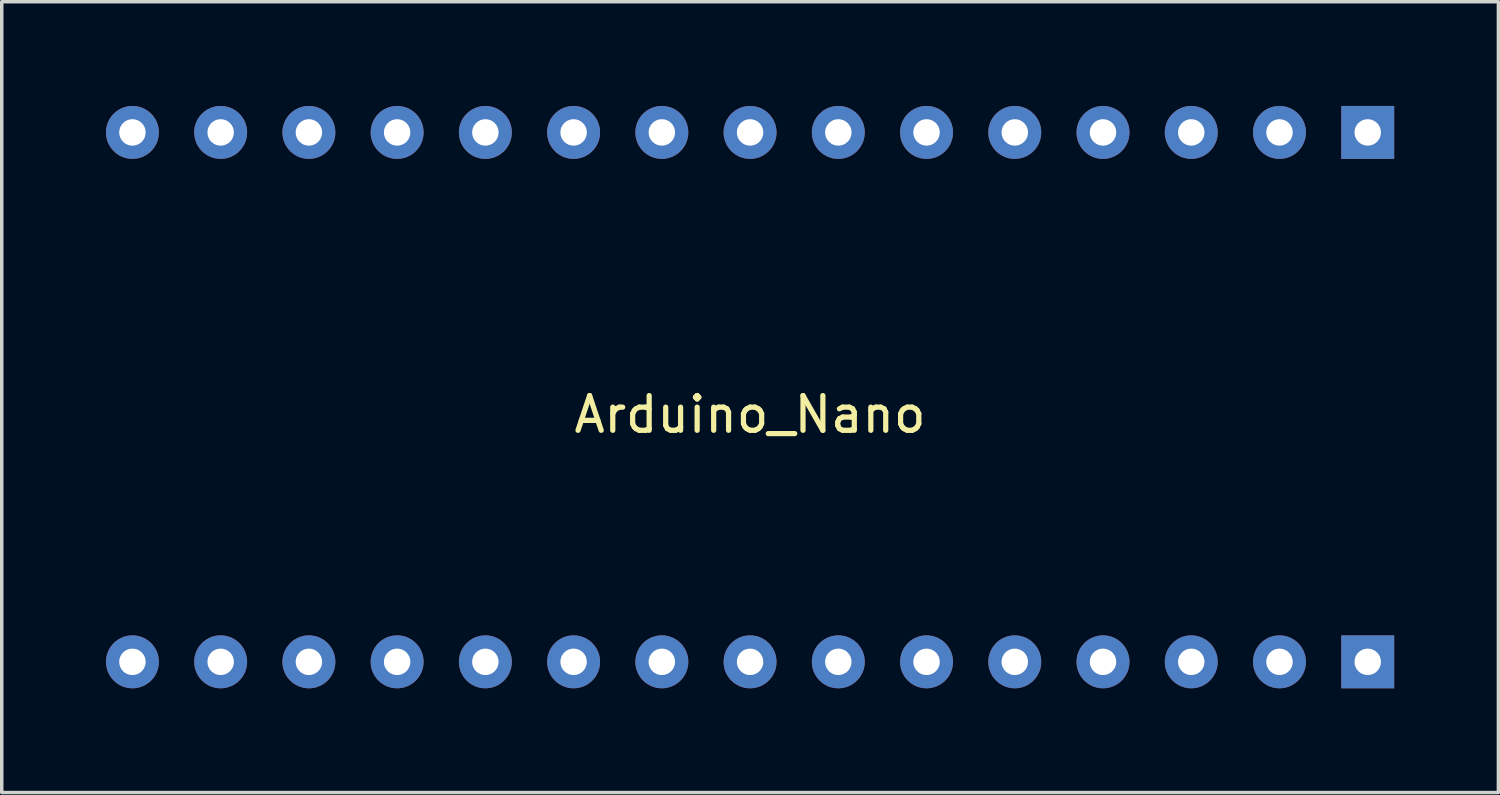
<source format=kicad_pcb>
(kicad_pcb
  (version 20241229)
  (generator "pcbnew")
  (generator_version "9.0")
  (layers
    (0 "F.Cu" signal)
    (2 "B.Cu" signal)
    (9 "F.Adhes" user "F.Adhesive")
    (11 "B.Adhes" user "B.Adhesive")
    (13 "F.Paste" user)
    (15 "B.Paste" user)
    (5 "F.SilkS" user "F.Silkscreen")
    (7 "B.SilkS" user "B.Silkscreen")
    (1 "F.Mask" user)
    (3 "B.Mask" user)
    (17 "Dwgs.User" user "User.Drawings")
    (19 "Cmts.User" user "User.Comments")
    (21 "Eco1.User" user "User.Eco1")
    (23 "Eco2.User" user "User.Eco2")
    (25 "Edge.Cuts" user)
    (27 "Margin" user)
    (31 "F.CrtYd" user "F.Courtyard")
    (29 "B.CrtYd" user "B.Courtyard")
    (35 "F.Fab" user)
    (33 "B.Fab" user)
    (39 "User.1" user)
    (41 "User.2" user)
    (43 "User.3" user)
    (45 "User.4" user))
  (footprint "Arduino_Nano"
    (layer "F.Cu")
    (at 18.542 8.382)
    (property "Reference" "Arduino_Nano" (at 0 0.5 0) (layer "F.SilkS") (effects (font (size 1 1) (thickness 0.15))))
    (attr through_hole)
    (pad "1" thru_hole circle (at -17.78 7.62) (size 1.524 1.524) (drill 0.762) (layers "*.Cu" "*.Mask"))
    (pad "2" thru_hole circle (at -15.24 7.62) (size 1.524 1.524) (drill 0.762) (layers "*.Cu" "*.Mask"))
    (pad "3" thru_hole circle (at -12.7 7.62) (size 1.524 1.524) (drill 0.762) (layers "*.Cu" "*.Mask"))
    (pad "4" thru_hole circle (at -10.16 7.62) (size 1.524 1.524) (drill 0.762) (layers "*.Cu" "*.Mask"))
    (pad "5" thru_hole circle (at -7.62 7.62) (size 1.524 1.524) (drill 0.762) (layers "*.Cu" "*.Mask"))
    (pad "6" thru_hole circle (at -5.08 7.62) (size 1.524 1.524) (drill 0.762) (layers "*.Cu" "*.Mask"))
    (pad "7" thru_hole circle (at -2.54 7.62) (size 1.524 1.524) (drill 0.762) (layers "*.Cu" "*.Mask"))
    (pad "8" thru_hole circle (at 0 7.62) (size 1.524 1.524) (drill 0.762) (layers "*.Cu" "*.Mask"))
    (pad "9" thru_hole circle (at 2.54 7.62) (size 1.524 1.524) (drill 0.762) (layers "*.Cu" "*.Mask"))
    (pad "10" thru_hole circle (at 5.08 7.62) (size 1.524 1.524) (drill 0.762) (layers "*.Cu" "*.Mask"))
    (pad "11" thru_hole circle (at 7.62 7.62) (size 1.524 1.524) (drill 0.762) (layers "*.Cu" "*.Mask"))
    (pad "12" thru_hole circle (at 10.16 7.62) (size 1.524 1.524) (drill 0.762) (layers "*.Cu" "*.Mask"))
    (pad "13" thru_hole circle (at 12.7 7.62) (size 1.524 1.524) (drill 0.762) (layers "*.Cu" "*.Mask"))
    (pad "14" thru_hole circle (at 15.24 7.62) (size 1.524 1.524) (drill 0.762) (layers "*.Cu" "*.Mask"))
    (pad "15" thru_hole rect (at 17.78 7.62) (size 1.524 1.524) (drill 0.762) (layers "*.Cu" "*.Mask"))
    (pad "16" thru_hole rect (at 17.78 -7.62) (size 1.524 1.524) (drill 0.762) (layers "*.Cu" "*.Mask"))
    (pad "17" thru_hole circle (at 15.24 -7.62) (size 1.524 1.524) (drill 0.762) (layers "*.Cu" "*.Mask"))
    (pad "18" thru_hole circle (at 12.7 -7.62) (size 1.524 1.524) (drill 0.762) (layers "*.Cu" "*.Mask"))
    (pad "19" thru_hole circle (at 10.16 -7.62) (size 1.524 1.524) (drill 0.762) (layers "*.Cu" "*.Mask"))
    (pad "20" thru_hole circle (at 7.62 -7.62) (size 1.524 1.524) (drill 0.762) (layers "*.Cu" "*.Mask"))
    (pad "21" thru_hole circle (at 5.08 -7.62) (size 1.524 1.524) (drill 0.762) (layers "*.Cu" "*.Mask"))
    (pad "22" thru_hole circle (at 2.54 -7.62) (size 1.524 1.524) (drill 0.762) (layers "*.Cu" "*.Mask"))
    (pad "23" thru_hole circle (at 0 -7.62) (size 1.524 1.524) (drill 0.762) (layers "*.Cu" "*.Mask"))
    (pad "24" thru_hole circle (at -2.54 -7.62) (size 1.524 1.524) (drill 0.762) (layers "*.Cu" "*.Mask"))
    (pad "25" thru_hole circle (at -5.08 -7.62) (size 1.524 1.524) (drill 0.762) (layers "*.Cu" "*.Mask"))
    (pad "26" thru_hole circle (at -7.62 -7.62) (size 1.524 1.524) (drill 0.762) (layers "*.Cu" "*.Mask"))
    (pad "27" thru_hole circle (at -10.16 -7.62) (size 1.524 1.524) (drill 0.762) (layers "*.Cu" "*.Mask"))
    (pad "28" thru_hole circle (at -12.7 -7.62) (size 1.524 1.524) (drill 0.762) (layers "*.Cu" "*.Mask"))
    (pad "29" thru_hole circle (at -15.24 -7.62) (size 1.524 1.524) (drill 0.762) (layers "*.Cu" "*.Mask"))
    (pad "30" thru_hole circle (at -17.78 -7.62) (size 1.524 1.524) (drill 0.762) (layers "*.Cu" "*.Mask")))
  (gr_rect
    (start -3 -3)
    (end 40.084 19.764)
    (stroke (width 0.1) (type default))
    (fill no)
    (layer "Edge.Cuts")))
</source>
